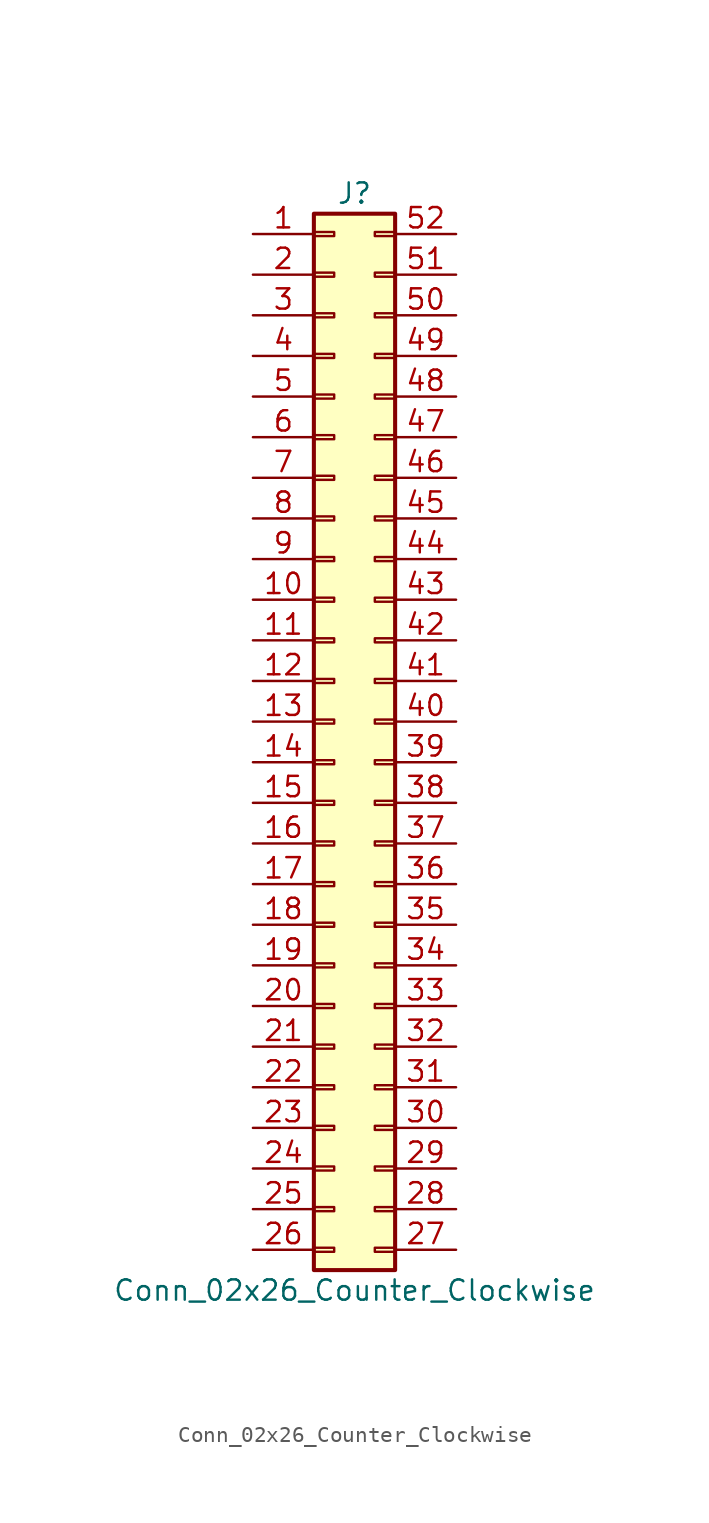
<source format=kicad_sym>
(kicad_symbol_lib
  (version 20211014)
  (generator kicad_symbol_editor)
  (symbol "Conn_02x26_Counter_Clockwise"
    (pin_names
      (offset 1.016) hide)
    (property "Reference" "J"
      (at 1.27 33.02 0)
      (effects (font (size 1.27 1.27))))
    (property "Value" "Conn_02x26_Counter_Clockwise"
      (at 1.27 -35.56 0)
      (effects (font (size 1.27 1.27))))
    (symbol "Conn_02x26_Counter_Clockwise_1_1"
      (rectangle (start -1.27 -32.893) (end 0 -33.147) (stroke (width 0.152) (type default) (color 0 0 0 0)) (fill (type none)))
      (rectangle (start -1.27 -30.353) (end 0 -30.607) (stroke (width 0.152) (type default) (color 0 0 0 0)) (fill (type none)))
      (rectangle (start -1.27 -27.813) (end 0 -28.067) (stroke (width 0.152) (type default) (color 0 0 0 0)) (fill (type none)))
      (rectangle (start -1.27 -25.273) (end 0 -25.527) (stroke (width 0.152) (type default) (color 0 0 0 0)) (fill (type none)))
      (rectangle (start -1.27 -22.733) (end 0 -22.987) (stroke (width 0.152) (type default) (color 0 0 0 0)) (fill (type none)))
      (rectangle (start -1.27 -20.193) (end 0 -20.447) (stroke (width 0.152) (type default) (color 0 0 0 0)) (fill (type none)))
      (rectangle (start -1.27 -17.653) (end 0 -17.907) (stroke (width 0.152) (type default) (color 0 0 0 0)) (fill (type none)))
      (rectangle (start -1.27 -15.113) (end 0 -15.367) (stroke (width 0.152) (type default) (color 0 0 0 0)) (fill (type none)))
      (rectangle (start -1.27 -12.573) (end 0 -12.827) (stroke (width 0.152) (type default) (color 0 0 0 0)) (fill (type none)))
      (rectangle (start -1.27 -10.033) (end 0 -10.287) (stroke (width 0.152) (type default) (color 0 0 0 0)) (fill (type none)))
      (rectangle (start -1.27 -7.493) (end 0 -7.747) (stroke (width 0.152) (type default) (color 0 0 0 0)) (fill (type none)))
      (rectangle (start -1.27 -4.953) (end 0 -5.207) (stroke (width 0.152) (type default) (color 0 0 0 0)) (fill (type none)))
      (rectangle (start -1.27 -2.413) (end 0 -2.667) (stroke (width 0.152) (type default) (color 0 0 0 0)) (fill (type none)))
      (rectangle (start -1.27 0.127) (end 0 -0.127) (stroke (width 0.152) (type default) (color 0 0 0 0)) (fill (type none)))
      (rectangle (start -1.27 2.667) (end 0 2.413) (stroke (width 0.152) (type default) (color 0 0 0 0)) (fill (type none)))
      (rectangle (start -1.27 5.207) (end 0 4.953) (stroke (width 0.152) (type default) (color 0 0 0 0)) (fill (type none)))
      (rectangle (start -1.27 7.747) (end 0 7.493) (stroke (width 0.152) (type default) (color 0 0 0 0)) (fill (type none)))
      (rectangle (start -1.27 10.287) (end 0 10.033) (stroke (width 0.152) (type default) (color 0 0 0 0)) (fill (type none)))
      (rectangle (start -1.27 12.827) (end 0 12.573) (stroke (width 0.152) (type default) (color 0 0 0 0)) (fill (type none)))
      (rectangle (start -1.27 15.367) (end 0 15.113) (stroke (width 0.152) (type default) (color 0 0 0 0)) (fill (type none)))
      (rectangle (start -1.27 17.907) (end 0 17.653) (stroke (width 0.152) (type default) (color 0 0 0 0)) (fill (type none)))
      (rectangle (start -1.27 20.447) (end 0 20.193) (stroke (width 0.152) (type default) (color 0 0 0 0)) (fill (type none)))
      (rectangle (start -1.27 22.987) (end 0 22.733) (stroke (width 0.152) (type default) (color 0 0 0 0)) (fill (type none)))
      (rectangle (start -1.27 25.527) (end 0 25.273) (stroke (width 0.152) (type default) (color 0 0 0 0)) (fill (type none)))
      (rectangle (start -1.27 28.067) (end 0 27.813) (stroke (width 0.152) (type default) (color 0 0 0 0)) (fill (type none)))
      (rectangle (start -1.27 30.607) (end 0 30.353) (stroke (width 0.152) (type default) (color 0 0 0 0)) (fill (type none)))
      (rectangle (start -1.27 31.75) (end 3.81 -34.29) (stroke (width 0.254) (type default) (color 0 0 0 0)) (fill (type background)))
      (rectangle (start 3.81 -32.893) (end 2.54 -33.147) (stroke (width 0.152) (type default) (color 0 0 0 0)) (fill (type none)))
      (rectangle (start 3.81 -30.353) (end 2.54 -30.607) (stroke (width 0.152) (type default) (color 0 0 0 0)) (fill (type none)))
      (rectangle (start 3.81 -27.813) (end 2.54 -28.067) (stroke (width 0.152) (type default) (color 0 0 0 0)) (fill (type none)))
      (rectangle (start 3.81 -25.273) (end 2.54 -25.527) (stroke (width 0.152) (type default) (color 0 0 0 0)) (fill (type none)))
      (rectangle (start 3.81 -22.733) (end 2.54 -22.987) (stroke (width 0.152) (type default) (color 0 0 0 0)) (fill (type none)))
      (rectangle (start 3.81 -20.193) (end 2.54 -20.447) (stroke (width 0.152) (type default) (color 0 0 0 0)) (fill (type none)))
      (rectangle (start 3.81 -17.653) (end 2.54 -17.907) (stroke (width 0.152) (type default) (color 0 0 0 0)) (fill (type none)))
      (rectangle (start 3.81 -15.113) (end 2.54 -15.367) (stroke (width 0.152) (type default) (color 0 0 0 0)) (fill (type none)))
      (rectangle (start 3.81 -12.573) (end 2.54 -12.827) (stroke (width 0.152) (type default) (color 0 0 0 0)) (fill (type none)))
      (rectangle (start 3.81 -10.033) (end 2.54 -10.287) (stroke (width 0.152) (type default) (color 0 0 0 0)) (fill (type none)))
      (rectangle (start 3.81 -7.493) (end 2.54 -7.747) (stroke (width 0.152) (type default) (color 0 0 0 0)) (fill (type none)))
      (rectangle (start 3.81 -4.953) (end 2.54 -5.207) (stroke (width 0.152) (type default) (color 0 0 0 0)) (fill (type none)))
      (rectangle (start 3.81 -2.413) (end 2.54 -2.667) (stroke (width 0.152) (type default) (color 0 0 0 0)) (fill (type none)))
      (rectangle (start 3.81 0.127) (end 2.54 -0.127) (stroke (width 0.152) (type default) (color 0 0 0 0)) (fill (type none)))
      (rectangle (start 3.81 2.667) (end 2.54 2.413) (stroke (width 0.152) (type default) (color 0 0 0 0)) (fill (type none)))
      (rectangle (start 3.81 5.207) (end 2.54 4.953) (stroke (width 0.152) (type default) (color 0 0 0 0)) (fill (type none)))
      (rectangle (start 3.81 7.747) (end 2.54 7.493) (stroke (width 0.152) (type default) (color 0 0 0 0)) (fill (type none)))
      (rectangle (start 3.81 10.287) (end 2.54 10.033) (stroke (width 0.152) (type default) (color 0 0 0 0)) (fill (type none)))
      (rectangle (start 3.81 12.827) (end 2.54 12.573) (stroke (width 0.152) (type default) (color 0 0 0 0)) (fill (type none)))
      (rectangle (start 3.81 15.367) (end 2.54 15.113) (stroke (width 0.152) (type default) (color 0 0 0 0)) (fill (type none)))
      (rectangle (start 3.81 17.907) (end 2.54 17.653) (stroke (width 0.152) (type default) (color 0 0 0 0)) (fill (type none)))
      (rectangle (start 3.81 20.447) (end 2.54 20.193) (stroke (width 0.152) (type default) (color 0 0 0 0)) (fill (type none)))
      (rectangle (start 3.81 22.987) (end 2.54 22.733) (stroke (width 0.152) (type default) (color 0 0 0 0)) (fill (type none)))
      (rectangle (start 3.81 25.527) (end 2.54 25.273) (stroke (width 0.152) (type default) (color 0 0 0 0)) (fill (type none)))
      (rectangle (start 3.81 28.067) (end 2.54 27.813) (stroke (width 0.152) (type default) (color 0 0 0 0)) (fill (type none)))
      (rectangle (start 3.81 30.607) (end 2.54 30.353) (stroke (width 0.152) (type default) (color 0 0 0 0)) (fill (type none)))
      (pin passive line (at -5.08 30.48 0) (length 3.81) (name "Pin_1" (effects (font (size 1.27 1.27)))) (number "1" (effects (font (size 1.27 1.27)))))
      (pin passive line (at -5.08 7.62 0) (length 3.81) (name "Pin_10" (effects (font (size 1.27 1.27)))) (number "10" (effects (font (size 1.27 1.27)))))
      (pin passive line (at -5.08 5.08 0) (length 3.81) (name "Pin_11" (effects (font (size 1.27 1.27)))) (number "11" (effects (font (size 1.27 1.27)))))
      (pin passive line (at -5.08 2.54 0) (length 3.81) (name "Pin_12" (effects (font (size 1.27 1.27)))) (number "12" (effects (font (size 1.27 1.27)))))
      (pin passive line (at -5.08 0 0) (length 3.81) (name "Pin_13" (effects (font (size 1.27 1.27)))) (number "13" (effects (font (size 1.27 1.27)))))
      (pin passive line (at -5.08 -2.54 0) (length 3.81) (name "Pin_14" (effects (font (size 1.27 1.27)))) (number "14" (effects (font (size 1.27 1.27)))))
      (pin passive line (at -5.08 -5.08 0) (length 3.81) (name "Pin_15" (effects (font (size 1.27 1.27)))) (number "15" (effects (font (size 1.27 1.27)))))
      (pin passive line (at -5.08 -7.62 0) (length 3.81) (name "Pin_16" (effects (font (size 1.27 1.27)))) (number "16" (effects (font (size 1.27 1.27)))))
      (pin passive line (at -5.08 -10.16 0) (length 3.81) (name "Pin_17" (effects (font (size 1.27 1.27)))) (number "17" (effects (font (size 1.27 1.27)))))
      (pin passive line (at -5.08 -12.7 0) (length 3.81) (name "Pin_18" (effects (font (size 1.27 1.27)))) (number "18" (effects (font (size 1.27 1.27)))))
      (pin passive line (at -5.08 -15.24 0) (length 3.81) (name "Pin_19" (effects (font (size 1.27 1.27)))) (number "19" (effects (font (size 1.27 1.27)))))
      (pin passive line (at -5.08 27.94 0) (length 3.81) (name "Pin_2" (effects (font (size 1.27 1.27)))) (number "2" (effects (font (size 1.27 1.27)))))
      (pin passive line (at -5.08 -17.78 0) (length 3.81) (name "Pin_20" (effects (font (size 1.27 1.27)))) (number "20" (effects (font (size 1.27 1.27)))))
      (pin passive line (at -5.08 -20.32 0) (length 3.81) (name "Pin_21" (effects (font (size 1.27 1.27)))) (number "21" (effects (font (size 1.27 1.27)))))
      (pin passive line (at -5.08 -22.86 0) (length 3.81) (name "Pin_22" (effects (font (size 1.27 1.27)))) (number "22" (effects (font (size 1.27 1.27)))))
      (pin passive line (at -5.08 -25.4 0) (length 3.81) (name "Pin_23" (effects (font (size 1.27 1.27)))) (number "23" (effects (font (size 1.27 1.27)))))
      (pin passive line (at -5.08 -27.94 0) (length 3.81) (name "Pin_24" (effects (font (size 1.27 1.27)))) (number "24" (effects (font (size 1.27 1.27)))))
      (pin passive line (at -5.08 -30.48 0) (length 3.81) (name "Pin_25" (effects (font (size 1.27 1.27)))) (number "25" (effects (font (size 1.27 1.27)))))
      (pin passive line (at -5.08 -33.02 0) (length 3.81) (name "Pin_26" (effects (font (size 1.27 1.27)))) (number "26" (effects (font (size 1.27 1.27)))))
      (pin passive line (at 7.62 -33.02 180) (length 3.81) (name "Pin_27" (effects (font (size 1.27 1.27)))) (number "27" (effects (font (size 1.27 1.27)))))
      (pin passive line (at 7.62 -30.48 180) (length 3.81) (name "Pin_28" (effects (font (size 1.27 1.27)))) (number "28" (effects (font (size 1.27 1.27)))))
      (pin passive line (at 7.62 -27.94 180) (length 3.81) (name "Pin_29" (effects (font (size 1.27 1.27)))) (number "29" (effects (font (size 1.27 1.27)))))
      (pin passive line (at -5.08 25.4 0) (length 3.81) (name "Pin_3" (effects (font (size 1.27 1.27)))) (number "3" (effects (font (size 1.27 1.27)))))
      (pin passive line (at 7.62 -25.4 180) (length 3.81) (name "Pin_30" (effects (font (size 1.27 1.27)))) (number "30" (effects (font (size 1.27 1.27)))))
      (pin passive line (at 7.62 -22.86 180) (length 3.81) (name "Pin_31" (effects (font (size 1.27 1.27)))) (number "31" (effects (font (size 1.27 1.27)))))
      (pin passive line (at 7.62 -20.32 180) (length 3.81) (name "Pin_32" (effects (font (size 1.27 1.27)))) (number "32" (effects (font (size 1.27 1.27)))))
      (pin passive line (at 7.62 -17.78 180) (length 3.81) (name "Pin_33" (effects (font (size 1.27 1.27)))) (number "33" (effects (font (size 1.27 1.27)))))
      (pin passive line (at 7.62 -15.24 180) (length 3.81) (name "Pin_34" (effects (font (size 1.27 1.27)))) (number "34" (effects (font (size 1.27 1.27)))))
      (pin passive line (at 7.62 -12.7 180) (length 3.81) (name "Pin_35" (effects (font (size 1.27 1.27)))) (number "35" (effects (font (size 1.27 1.27)))))
      (pin passive line (at 7.62 -10.16 180) (length 3.81) (name "Pin_36" (effects (font (size 1.27 1.27)))) (number "36" (effects (font (size 1.27 1.27)))))
      (pin passive line (at 7.62 -7.62 180) (length 3.81) (name "Pin_37" (effects (font (size 1.27 1.27)))) (number "37" (effects (font (size 1.27 1.27)))))
      (pin passive line (at 7.62 -5.08 180) (length 3.81) (name "Pin_38" (effects (font (size 1.27 1.27)))) (number "38" (effects (font (size 1.27 1.27)))))
      (pin passive line (at 7.62 -2.54 180) (length 3.81) (name "Pin_39" (effects (font (size 1.27 1.27)))) (number "39" (effects (font (size 1.27 1.27)))))
      (pin passive line (at -5.08 22.86 0) (length 3.81) (name "Pin_4" (effects (font (size 1.27 1.27)))) (number "4" (effects (font (size 1.27 1.27)))))
      (pin passive line (at 7.62 0 180) (length 3.81) (name "Pin_40" (effects (font (size 1.27 1.27)))) (number "40" (effects (font (size 1.27 1.27)))))
      (pin passive line (at 7.62 2.54 180) (length 3.81) (name "Pin_41" (effects (font (size 1.27 1.27)))) (number "41" (effects (font (size 1.27 1.27)))))
      (pin passive line (at 7.62 5.08 180) (length 3.81) (name "Pin_42" (effects (font (size 1.27 1.27)))) (number "42" (effects (font (size 1.27 1.27)))))
      (pin passive line (at 7.62 7.62 180) (length 3.81) (name "Pin_43" (effects (font (size 1.27 1.27)))) (number "43" (effects (font (size 1.27 1.27)))))
      (pin passive line (at 7.62 10.16 180) (length 3.81) (name "Pin_44" (effects (font (size 1.27 1.27)))) (number "44" (effects (font (size 1.27 1.27)))))
      (pin passive line (at 7.62 12.7 180) (length 3.81) (name "Pin_45" (effects (font (size 1.27 1.27)))) (number "45" (effects (font (size 1.27 1.27)))))
      (pin passive line (at 7.62 15.24 180) (length 3.81) (name "Pin_46" (effects (font (size 1.27 1.27)))) (number "46" (effects (font (size 1.27 1.27)))))
      (pin passive line (at 7.62 17.78 180) (length 3.81) (name "Pin_47" (effects (font (size 1.27 1.27)))) (number "47" (effects (font (size 1.27 1.27)))))
      (pin passive line (at 7.62 20.32 180) (length 3.81) (name "Pin_48" (effects (font (size 1.27 1.27)))) (number "48" (effects (font (size 1.27 1.27)))))
      (pin passive line (at 7.62 22.86 180) (length 3.81) (name "Pin_49" (effects (font (size 1.27 1.27)))) (number "49" (effects (font (size 1.27 1.27)))))
      (pin passive line (at -5.08 20.32 0) (length 3.81) (name "Pin_5" (effects (font (size 1.27 1.27)))) (number "5" (effects (font (size 1.27 1.27)))))
      (pin passive line (at 7.62 25.4 180) (length 3.81) (name "Pin_50" (effects (font (size 1.27 1.27)))) (number "50" (effects (font (size 1.27 1.27)))))
      (pin passive line (at 7.62 27.94 180) (length 3.81) (name "Pin_51" (effects (font (size 1.27 1.27)))) (number "51" (effects (font (size 1.27 1.27)))))
      (pin passive line (at 7.62 30.48 180) (length 3.81) (name "Pin_52" (effects (font (size 1.27 1.27)))) (number "52" (effects (font (size 1.27 1.27)))))
      (pin passive line (at -5.08 17.78 0) (length 3.81) (name "Pin_6" (effects (font (size 1.27 1.27)))) (number "6" (effects (font (size 1.27 1.27)))))
      (pin passive line (at -5.08 15.24 0) (length 3.81) (name "Pin_7" (effects (font (size 1.27 1.27)))) (number "7" (effects (font (size 1.27 1.27)))))
      (pin passive line (at -5.08 12.7 0) (length 3.81) (name "Pin_8" (effects (font (size 1.27 1.27)))) (number "8" (effects (font (size 1.27 1.27)))))
      (pin passive line (at -5.08 10.16 0) (length 3.81) (name "Pin_9" (effects (font (size 1.27 1.27)))) (number "9" (effects (font (size 1.27 1.27))))))))
</source>
